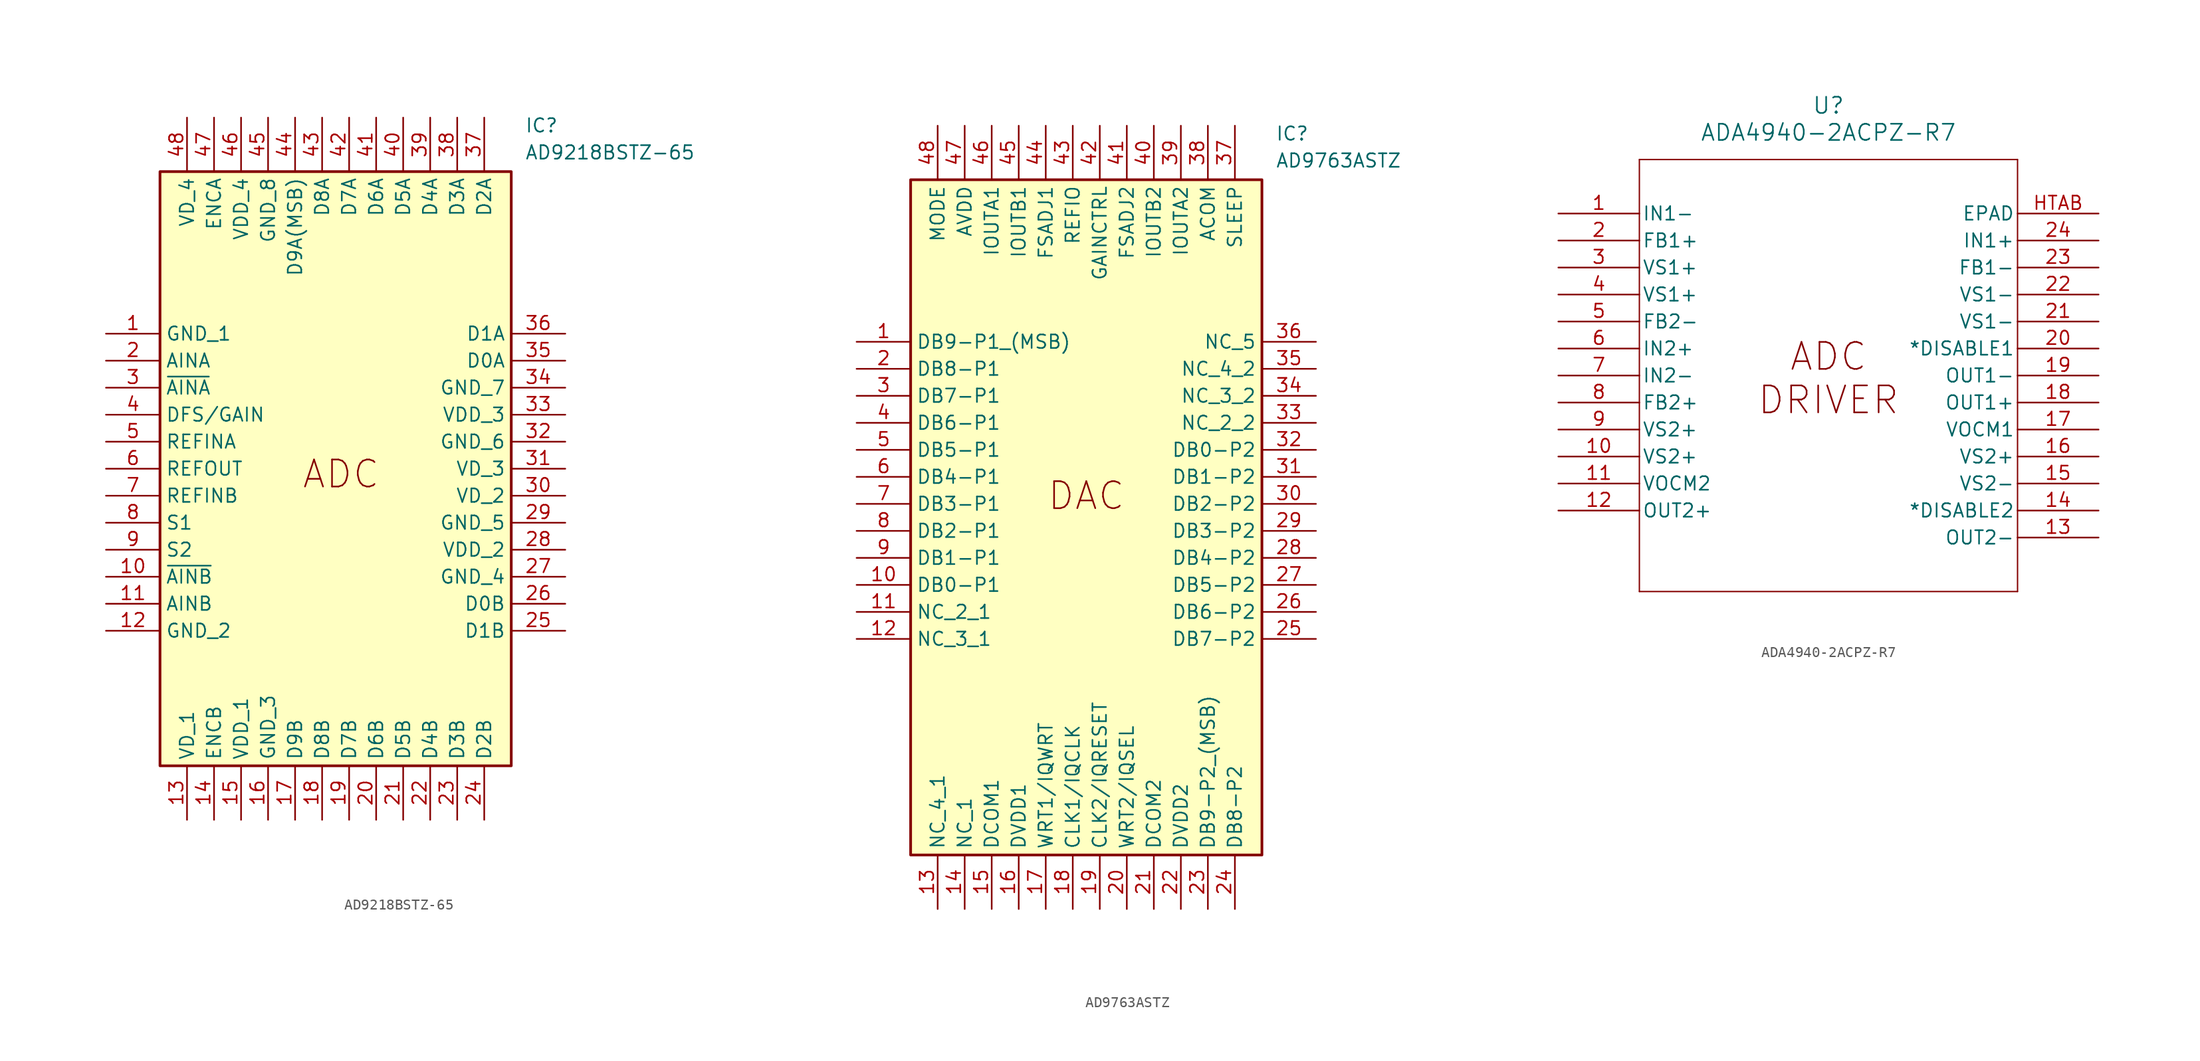
<source format=kicad_sym>
(kicad_symbol_lib
  (version 20241209)
  (generator "kicad_symbol_editor")
  (generator_version "9.0")
  (symbol "AD9218BSTZ-65"
    (property "Reference" "IC"
      (at 39.37 20.32 0)
      (effects (font (size 1.27 1.27)) (justify left top)))
    (property "Value" "AD9218BSTZ-65"
      (at 39.37 17.78 0)
      (effects (font (size 1.27 1.27)) (justify left top)))
    (symbol "AD9218BSTZ-65_1_1"
      (rectangle (start 5.08 15.24) (end 38.1 -40.64) (stroke (width 0.254) (type default)) (fill (type background)))
      (text "ADC" (at 22.098 -13.208 0) (effects (font (size 2.54 2.54))))
      (pin passive line (at 0 0 0) (length 5.08) (name "GND_1" (effects (font (size 1.27 1.27)))) (number "1" (effects (font (size 1.27 1.27)))))
      (pin passive line (at 0 -2.54 0) (length 5.08) (name "AINA" (effects (font (size 1.27 1.27)))) (number "2" (effects (font (size 1.27 1.27)))))
      (pin passive line (at 0 -5.08 0) (length 5.08) (name "~{AINA}" (effects (font (size 1.27 1.27)))) (number "3" (effects (font (size 1.27 1.27)))))
      (pin passive line (at 0 -7.62 0) (length 5.08) (name "DFS/GAIN" (effects (font (size 1.27 1.27)))) (number "4" (effects (font (size 1.27 1.27)))))
      (pin passive line (at 0 -10.16 0) (length 5.08) (name "REFINA" (effects (font (size 1.27 1.27)))) (number "5" (effects (font (size 1.27 1.27)))))
      (pin passive line (at 0 -12.7 0) (length 5.08) (name "REFOUT" (effects (font (size 1.27 1.27)))) (number "6" (effects (font (size 1.27 1.27)))))
      (pin passive line (at 0 -15.24 0) (length 5.08) (name "REFINB" (effects (font (size 1.27 1.27)))) (number "7" (effects (font (size 1.27 1.27)))))
      (pin passive line (at 0 -17.78 0) (length 5.08) (name "S1" (effects (font (size 1.27 1.27)))) (number "8" (effects (font (size 1.27 1.27)))))
      (pin passive line (at 0 -20.32 0) (length 5.08) (name "S2" (effects (font (size 1.27 1.27)))) (number "9" (effects (font (size 1.27 1.27)))))
      (pin passive line (at 0 -22.86 0) (length 5.08) (name "~{AINB}" (effects (font (size 1.27 1.27)))) (number "10" (effects (font (size 1.27 1.27)))))
      (pin passive line (at 0 -25.4 0) (length 5.08) (name "AINB" (effects (font (size 1.27 1.27)))) (number "11" (effects (font (size 1.27 1.27)))))
      (pin passive line (at 0 -27.94 0) (length 5.08) (name "GND_2" (effects (font (size 1.27 1.27)))) (number "12" (effects (font (size 1.27 1.27)))))
      (pin passive line (at 7.62 20.32 270) (length 5.08) (name "VD_4" (effects (font (size 1.27 1.27)))) (number "48" (effects (font (size 1.27 1.27)))))
      (pin passive line (at 7.62 -45.72 90) (length 5.08) (name "VD_1" (effects (font (size 1.27 1.27)))) (number "13" (effects (font (size 1.27 1.27)))))
      (pin passive line (at 10.16 20.32 270) (length 5.08) (name "ENCA" (effects (font (size 1.27 1.27)))) (number "47" (effects (font (size 1.27 1.27)))))
      (pin passive line (at 10.16 -45.72 90) (length 5.08) (name "ENCB" (effects (font (size 1.27 1.27)))) (number "14" (effects (font (size 1.27 1.27)))))
      (pin passive line (at 12.7 20.32 270) (length 5.08) (name "VDD_4" (effects (font (size 1.27 1.27)))) (number "46" (effects (font (size 1.27 1.27)))))
      (pin passive line (at 12.7 -45.72 90) (length 5.08) (name "VDD_1" (effects (font (size 1.27 1.27)))) (number "15" (effects (font (size 1.27 1.27)))))
      (pin passive line (at 15.24 20.32 270) (length 5.08) (name "GND_8" (effects (font (size 1.27 1.27)))) (number "45" (effects (font (size 1.27 1.27)))))
      (pin passive line (at 15.24 -45.72 90) (length 5.08) (name "GND_3" (effects (font (size 1.27 1.27)))) (number "16" (effects (font (size 1.27 1.27)))))
      (pin passive line (at 17.78 20.32 270) (length 5.08) (name "D9A(MSB)" (effects (font (size 1.27 1.27)))) (number "44" (effects (font (size 1.27 1.27)))))
      (pin passive line (at 17.78 -45.72 90) (length 5.08) (name "D9B" (effects (font (size 1.27 1.27)))) (number "17" (effects (font (size 1.27 1.27)))))
      (pin passive line (at 20.32 20.32 270) (length 5.08) (name "D8A" (effects (font (size 1.27 1.27)))) (number "43" (effects (font (size 1.27 1.27)))))
      (pin passive line (at 20.32 -45.72 90) (length 5.08) (name "D8B" (effects (font (size 1.27 1.27)))) (number "18" (effects (font (size 1.27 1.27)))))
      (pin passive line (at 22.86 20.32 270) (length 5.08) (name "D7A" (effects (font (size 1.27 1.27)))) (number "42" (effects (font (size 1.27 1.27)))))
      (pin passive line (at 22.86 -45.72 90) (length 5.08) (name "D7B" (effects (font (size 1.27 1.27)))) (number "19" (effects (font (size 1.27 1.27)))))
      (pin passive line (at 25.4 20.32 270) (length 5.08) (name "D6A" (effects (font (size 1.27 1.27)))) (number "41" (effects (font (size 1.27 1.27)))))
      (pin passive line (at 25.4 -45.72 90) (length 5.08) (name "D6B" (effects (font (size 1.27 1.27)))) (number "20" (effects (font (size 1.27 1.27)))))
      (pin passive line (at 27.94 20.32 270) (length 5.08) (name "D5A" (effects (font (size 1.27 1.27)))) (number "40" (effects (font (size 1.27 1.27)))))
      (pin passive line (at 27.94 -45.72 90) (length 5.08) (name "D5B" (effects (font (size 1.27 1.27)))) (number "21" (effects (font (size 1.27 1.27)))))
      (pin passive line (at 30.48 20.32 270) (length 5.08) (name "D4A" (effects (font (size 1.27 1.27)))) (number "39" (effects (font (size 1.27 1.27)))))
      (pin passive line (at 30.48 -45.72 90) (length 5.08) (name "D4B" (effects (font (size 1.27 1.27)))) (number "22" (effects (font (size 1.27 1.27)))))
      (pin passive line (at 33.02 20.32 270) (length 5.08) (name "D3A" (effects (font (size 1.27 1.27)))) (number "38" (effects (font (size 1.27 1.27)))))
      (pin passive line (at 33.02 -45.72 90) (length 5.08) (name "D3B" (effects (font (size 1.27 1.27)))) (number "23" (effects (font (size 1.27 1.27)))))
      (pin passive line (at 35.56 20.32 270) (length 5.08) (name "D2A" (effects (font (size 1.27 1.27)))) (number "37" (effects (font (size 1.27 1.27)))))
      (pin passive line (at 35.56 -45.72 90) (length 5.08) (name "D2B" (effects (font (size 1.27 1.27)))) (number "24" (effects (font (size 1.27 1.27)))))
      (pin passive line (at 43.18 0 180) (length 5.08) (name "D1A" (effects (font (size 1.27 1.27)))) (number "36" (effects (font (size 1.27 1.27)))))
      (pin passive line (at 43.18 -2.54 180) (length 5.08) (name "D0A" (effects (font (size 1.27 1.27)))) (number "35" (effects (font (size 1.27 1.27)))))
      (pin passive line (at 43.18 -5.08 180) (length 5.08) (name "GND_7" (effects (font (size 1.27 1.27)))) (number "34" (effects (font (size 1.27 1.27)))))
      (pin passive line (at 43.18 -7.62 180) (length 5.08) (name "VDD_3" (effects (font (size 1.27 1.27)))) (number "33" (effects (font (size 1.27 1.27)))))
      (pin passive line (at 43.18 -10.16 180) (length 5.08) (name "GND_6" (effects (font (size 1.27 1.27)))) (number "32" (effects (font (size 1.27 1.27)))))
      (pin passive line (at 43.18 -12.7 180) (length 5.08) (name "VD_3" (effects (font (size 1.27 1.27)))) (number "31" (effects (font (size 1.27 1.27)))))
      (pin passive line (at 43.18 -15.24 180) (length 5.08) (name "VD_2" (effects (font (size 1.27 1.27)))) (number "30" (effects (font (size 1.27 1.27)))))
      (pin passive line (at 43.18 -17.78 180) (length 5.08) (name "GND_5" (effects (font (size 1.27 1.27)))) (number "29" (effects (font (size 1.27 1.27)))))
      (pin passive line (at 43.18 -20.32 180) (length 5.08) (name "VDD_2" (effects (font (size 1.27 1.27)))) (number "28" (effects (font (size 1.27 1.27)))))
      (pin passive line (at 43.18 -22.86 180) (length 5.08) (name "GND_4" (effects (font (size 1.27 1.27)))) (number "27" (effects (font (size 1.27 1.27)))))
      (pin passive line (at 43.18 -25.4 180) (length 5.08) (name "D0B" (effects (font (size 1.27 1.27)))) (number "26" (effects (font (size 1.27 1.27)))))
      (pin passive line (at 43.18 -27.94 180) (length 5.08) (name "D1B" (effects (font (size 1.27 1.27)))) (number "25" (effects (font (size 1.27 1.27)))))))
  (symbol "AD9763ASTZ"
    (property "Reference" "IC"
      (at 39.37 20.32 0)
      (effects (font (size 1.27 1.27)) (justify left top)))
    (property "Value" "AD9763ASTZ"
      (at 39.37 17.78 0)
      (effects (font (size 1.27 1.27)) (justify left top)))
    (symbol "AD9763ASTZ_1_1"
      (rectangle (start 5.08 15.24) (end 38.1 -48.26) (stroke (width 0.254) (type default)) (fill (type background)))
      (text "DAC" (at 21.59 -14.478 0) (effects (font (size 2.54 2.54))))
      (pin passive line (at 0 0 0) (length 5.08) (name "DB9-P1_(MSB)" (effects (font (size 1.27 1.27)))) (number "1" (effects (font (size 1.27 1.27)))))
      (pin passive line (at 0 -2.54 0) (length 5.08) (name "DB8-P1" (effects (font (size 1.27 1.27)))) (number "2" (effects (font (size 1.27 1.27)))))
      (pin passive line (at 0 -5.08 0) (length 5.08) (name "DB7-P1" (effects (font (size 1.27 1.27)))) (number "3" (effects (font (size 1.27 1.27)))))
      (pin passive line (at 0 -7.62 0) (length 5.08) (name "DB6-P1" (effects (font (size 1.27 1.27)))) (number "4" (effects (font (size 1.27 1.27)))))
      (pin passive line (at 0 -10.16 0) (length 5.08) (name "DB5-P1" (effects (font (size 1.27 1.27)))) (number "5" (effects (font (size 1.27 1.27)))))
      (pin passive line (at 0 -12.7 0) (length 5.08) (name "DB4-P1" (effects (font (size 1.27 1.27)))) (number "6" (effects (font (size 1.27 1.27)))))
      (pin passive line (at 0 -15.24 0) (length 5.08) (name "DB3-P1" (effects (font (size 1.27 1.27)))) (number "7" (effects (font (size 1.27 1.27)))))
      (pin passive line (at 0 -17.78 0) (length 5.08) (name "DB2-P1" (effects (font (size 1.27 1.27)))) (number "8" (effects (font (size 1.27 1.27)))))
      (pin passive line (at 0 -20.32 0) (length 5.08) (name "DB1-P1" (effects (font (size 1.27 1.27)))) (number "9" (effects (font (size 1.27 1.27)))))
      (pin passive line (at 0 -22.86 0) (length 5.08) (name "DB0-P1" (effects (font (size 1.27 1.27)))) (number "10" (effects (font (size 1.27 1.27)))))
      (pin passive line (at 0 -25.4 0) (length 5.08) (name "NC_2_1" (effects (font (size 1.27 1.27)))) (number "11" (effects (font (size 1.27 1.27)))))
      (pin passive line (at 0 -27.94 0) (length 5.08) (name "NC_3_1" (effects (font (size 1.27 1.27)))) (number "12" (effects (font (size 1.27 1.27)))))
      (pin passive line (at 7.62 20.32 270) (length 5.08) (name "MODE" (effects (font (size 1.27 1.27)))) (number "48" (effects (font (size 1.27 1.27)))))
      (pin passive line (at 7.62 -53.34 90) (length 5.08) (name "NC_4_1" (effects (font (size 1.27 1.27)))) (number "13" (effects (font (size 1.27 1.27)))))
      (pin passive line (at 10.16 20.32 270) (length 5.08) (name "AVDD" (effects (font (size 1.27 1.27)))) (number "47" (effects (font (size 1.27 1.27)))))
      (pin passive line (at 10.16 -53.34 90) (length 5.08) (name "NC_1" (effects (font (size 1.27 1.27)))) (number "14" (effects (font (size 1.27 1.27)))))
      (pin passive line (at 12.7 20.32 270) (length 5.08) (name "IOUTA1" (effects (font (size 1.27 1.27)))) (number "46" (effects (font (size 1.27 1.27)))))
      (pin passive line (at 12.7 -53.34 90) (length 5.08) (name "DCOM1" (effects (font (size 1.27 1.27)))) (number "15" (effects (font (size 1.27 1.27)))))
      (pin passive line (at 15.24 20.32 270) (length 5.08) (name "IOUTB1" (effects (font (size 1.27 1.27)))) (number "45" (effects (font (size 1.27 1.27)))))
      (pin passive line (at 15.24 -53.34 90) (length 5.08) (name "DVDD1" (effects (font (size 1.27 1.27)))) (number "16" (effects (font (size 1.27 1.27)))))
      (pin passive line (at 17.78 20.32 270) (length 5.08) (name "FSADJ1" (effects (font (size 1.27 1.27)))) (number "44" (effects (font (size 1.27 1.27)))))
      (pin passive line (at 17.78 -53.34 90) (length 5.08) (name "WRT1/IQWRT" (effects (font (size 1.27 1.27)))) (number "17" (effects (font (size 1.27 1.27)))))
      (pin passive line (at 20.32 20.32 270) (length 5.08) (name "REFIO" (effects (font (size 1.27 1.27)))) (number "43" (effects (font (size 1.27 1.27)))))
      (pin passive line (at 20.32 -53.34 90) (length 5.08) (name "CLK1/IQCLK" (effects (font (size 1.27 1.27)))) (number "18" (effects (font (size 1.27 1.27)))))
      (pin passive line (at 22.86 20.32 270) (length 5.08) (name "GAINCTRL" (effects (font (size 1.27 1.27)))) (number "42" (effects (font (size 1.27 1.27)))))
      (pin passive line (at 22.86 -53.34 90) (length 5.08) (name "CLK2/IQRESET" (effects (font (size 1.27 1.27)))) (number "19" (effects (font (size 1.27 1.27)))))
      (pin passive line (at 25.4 20.32 270) (length 5.08) (name "FSADJ2" (effects (font (size 1.27 1.27)))) (number "41" (effects (font (size 1.27 1.27)))))
      (pin passive line (at 25.4 -53.34 90) (length 5.08) (name "WRT2/IQSEL" (effects (font (size 1.27 1.27)))) (number "20" (effects (font (size 1.27 1.27)))))
      (pin passive line (at 27.94 20.32 270) (length 5.08) (name "IOUTB2" (effects (font (size 1.27 1.27)))) (number "40" (effects (font (size 1.27 1.27)))))
      (pin passive line (at 27.94 -53.34 90) (length 5.08) (name "DCOM2" (effects (font (size 1.27 1.27)))) (number "21" (effects (font (size 1.27 1.27)))))
      (pin passive line (at 30.48 20.32 270) (length 5.08) (name "IOUTA2" (effects (font (size 1.27 1.27)))) (number "39" (effects (font (size 1.27 1.27)))))
      (pin passive line (at 30.48 -53.34 90) (length 5.08) (name "DVDD2" (effects (font (size 1.27 1.27)))) (number "22" (effects (font (size 1.27 1.27)))))
      (pin passive line (at 33.02 20.32 270) (length 5.08) (name "ACOM" (effects (font (size 1.27 1.27)))) (number "38" (effects (font (size 1.27 1.27)))))
      (pin passive line (at 33.02 -53.34 90) (length 5.08) (name "DB9-P2_(MSB)" (effects (font (size 1.27 1.27)))) (number "23" (effects (font (size 1.27 1.27)))))
      (pin passive line (at 35.56 20.32 270) (length 5.08) (name "SLEEP" (effects (font (size 1.27 1.27)))) (number "37" (effects (font (size 1.27 1.27)))))
      (pin passive line (at 35.56 -53.34 90) (length 5.08) (name "DB8-P2" (effects (font (size 1.27 1.27)))) (number "24" (effects (font (size 1.27 1.27)))))
      (pin passive line (at 43.18 0 180) (length 5.08) (name "NC_5" (effects (font (size 1.27 1.27)))) (number "36" (effects (font (size 1.27 1.27)))))
      (pin passive line (at 43.18 -2.54 180) (length 5.08) (name "NC_4_2" (effects (font (size 1.27 1.27)))) (number "35" (effects (font (size 1.27 1.27)))))
      (pin passive line (at 43.18 -5.08 180) (length 5.08) (name "NC_3_2" (effects (font (size 1.27 1.27)))) (number "34" (effects (font (size 1.27 1.27)))))
      (pin passive line (at 43.18 -7.62 180) (length 5.08) (name "NC_2_2" (effects (font (size 1.27 1.27)))) (number "33" (effects (font (size 1.27 1.27)))))
      (pin passive line (at 43.18 -10.16 180) (length 5.08) (name "DB0-P2" (effects (font (size 1.27 1.27)))) (number "32" (effects (font (size 1.27 1.27)))))
      (pin passive line (at 43.18 -12.7 180) (length 5.08) (name "DB1-P2" (effects (font (size 1.27 1.27)))) (number "31" (effects (font (size 1.27 1.27)))))
      (pin passive line (at 43.18 -15.24 180) (length 5.08) (name "DB2-P2" (effects (font (size 1.27 1.27)))) (number "30" (effects (font (size 1.27 1.27)))))
      (pin passive line (at 43.18 -17.78 180) (length 5.08) (name "DB3-P2" (effects (font (size 1.27 1.27)))) (number "29" (effects (font (size 1.27 1.27)))))
      (pin passive line (at 43.18 -20.32 180) (length 5.08) (name "DB4-P2" (effects (font (size 1.27 1.27)))) (number "28" (effects (font (size 1.27 1.27)))))
      (pin passive line (at 43.18 -22.86 180) (length 5.08) (name "DB5-P2" (effects (font (size 1.27 1.27)))) (number "27" (effects (font (size 1.27 1.27)))))
      (pin passive line (at 43.18 -25.4 180) (length 5.08) (name "DB6-P2" (effects (font (size 1.27 1.27)))) (number "26" (effects (font (size 1.27 1.27)))))
      (pin passive line (at 43.18 -27.94 180) (length 5.08) (name "DB7-P2" (effects (font (size 1.27 1.27)))) (number "25" (effects (font (size 1.27 1.27)))))))
  (symbol "ADA4940-2ACPZ-R7"
    (pin_names
      (offset 0.254))
    (property "Reference" "U"
      (at 25.4 10.16 0)
      (effects (font (size 1.524 1.524))))
    (property "Value" "ADA4940-2ACPZ-R7"
      (at 25.4 7.62 0)
      (effects (font (size 1.524 1.524))))
    (property "ki_locked" ""
      (at 0 0 0)
      (effects (font (size 1.27 1.27))))
    (symbol "ADA4940-2ACPZ-R7_0_1"
      (polyline (pts (xy 7.62 5.08) (xy 7.62 -35.56)) (stroke (width 0.127) (type default)) (fill (type none)))
      (polyline (pts (xy 7.62 -35.56) (xy 43.18 -35.56)) (stroke (width 0.127) (type default)) (fill (type none)))
      (polyline (pts (xy 43.18 5.08) (xy 7.62 5.08)) (stroke (width 0.127) (type default)) (fill (type none)))
      (polyline (pts (xy 43.18 -35.56) (xy 43.18 5.08)) (stroke (width 0.127) (type default)) (fill (type none)))
      (pin input line (at 0 0 0) (length 7.62) (name "IN1-" (effects (font (size 1.27 1.27)))) (number "1" (effects (font (size 1.27 1.27)))))
      (pin output line (at 0 -2.54 0) (length 7.62) (name "FB1+" (effects (font (size 1.27 1.27)))) (number "2" (effects (font (size 1.27 1.27)))))
      (pin power_in line (at 0 -5.08 0) (length 7.62) (name "VS1+" (effects (font (size 1.27 1.27)))) (number "3" (effects (font (size 1.27 1.27)))))
      (pin power_in line (at 0 -7.62 0) (length 7.62) (name "VS1+" (effects (font (size 1.27 1.27)))) (number "4" (effects (font (size 1.27 1.27)))))
      (pin output line (at 0 -10.16 0) (length 7.62) (name "FB2-" (effects (font (size 1.27 1.27)))) (number "5" (effects (font (size 1.27 1.27)))))
      (pin input line (at 0 -12.7 0) (length 7.62) (name "IN2+" (effects (font (size 1.27 1.27)))) (number "6" (effects (font (size 1.27 1.27)))))
      (pin input line (at 0 -15.24 0) (length 7.62) (name "IN2-" (effects (font (size 1.27 1.27)))) (number "7" (effects (font (size 1.27 1.27)))))
      (pin output line (at 0 -17.78 0) (length 7.62) (name "FB2+" (effects (font (size 1.27 1.27)))) (number "8" (effects (font (size 1.27 1.27)))))
      (pin power_in line (at 0 -20.32 0) (length 7.62) (name "VS2+" (effects (font (size 1.27 1.27)))) (number "9" (effects (font (size 1.27 1.27)))))
      (pin power_in line (at 0 -22.86 0) (length 7.62) (name "VS2+" (effects (font (size 1.27 1.27)))) (number "10" (effects (font (size 1.27 1.27)))))
      (pin output line (at 0 -25.4 0) (length 7.62) (name "VOCM2" (effects (font (size 1.27 1.27)))) (number "11" (effects (font (size 1.27 1.27)))))
      (pin output line (at 0 -27.94 0) (length 7.62) (name "OUT2+" (effects (font (size 1.27 1.27)))) (number "12" (effects (font (size 1.27 1.27)))))
      (pin unspecified line (at 50.8 0 180) (length 7.62) (name "EPAD" (effects (font (size 1.27 1.27)))) (number "HTAB" (effects (font (size 1.27 1.27)))))
      (pin input line (at 50.8 -2.54 180) (length 7.62) (name "IN1+" (effects (font (size 1.27 1.27)))) (number "24" (effects (font (size 1.27 1.27)))))
      (pin output line (at 50.8 -5.08 180) (length 7.62) (name "FB1-" (effects (font (size 1.27 1.27)))) (number "23" (effects (font (size 1.27 1.27)))))
      (pin power_in line (at 50.8 -7.62 180) (length 7.62) (name "VS1-" (effects (font (size 1.27 1.27)))) (number "22" (effects (font (size 1.27 1.27)))))
      (pin power_in line (at 50.8 -10.16 180) (length 7.62) (name "VS1-" (effects (font (size 1.27 1.27)))) (number "21" (effects (font (size 1.27 1.27)))))
      (pin unspecified line (at 50.8 -12.7 180) (length 7.62) (name "*DISABLE1" (effects (font (size 1.27 1.27)))) (number "20" (effects (font (size 1.27 1.27)))))
      (pin output line (at 50.8 -15.24 180) (length 7.62) (name "OUT1-" (effects (font (size 1.27 1.27)))) (number "19" (effects (font (size 1.27 1.27)))))
      (pin output line (at 50.8 -17.78 180) (length 7.62) (name "OUT1+" (effects (font (size 1.27 1.27)))) (number "18" (effects (font (size 1.27 1.27)))))
      (pin output line (at 50.8 -20.32 180) (length 7.62) (name "VOCM1" (effects (font (size 1.27 1.27)))) (number "17" (effects (font (size 1.27 1.27)))))
      (pin power_in line (at 50.8 -22.86 180) (length 7.62) (name "VS2+" (effects (font (size 1.27 1.27)))) (number "16" (effects (font (size 1.27 1.27)))))
      (pin power_in line (at 50.8 -25.4 180) (length 7.62) (name "VS2-" (effects (font (size 1.27 1.27)))) (number "15" (effects (font (size 1.27 1.27)))))
      (pin unspecified line (at 50.8 -27.94 180) (length 7.62) (name "*DISABLE2" (effects (font (size 1.27 1.27)))) (number "14" (effects (font (size 1.27 1.27)))))
      (pin output line (at 50.8 -30.48 180) (length 7.62) (name "OUT2-" (effects (font (size 1.27 1.27)))) (number "13" (effects (font (size 1.27 1.27))))))
    (symbol "ADA4940-2ACPZ-R7_1_1"
      (text "ADC\nDRIVER" (at 25.4 -15.494 0) (effects (font (size 2.54 2.54)))))))
</source>
